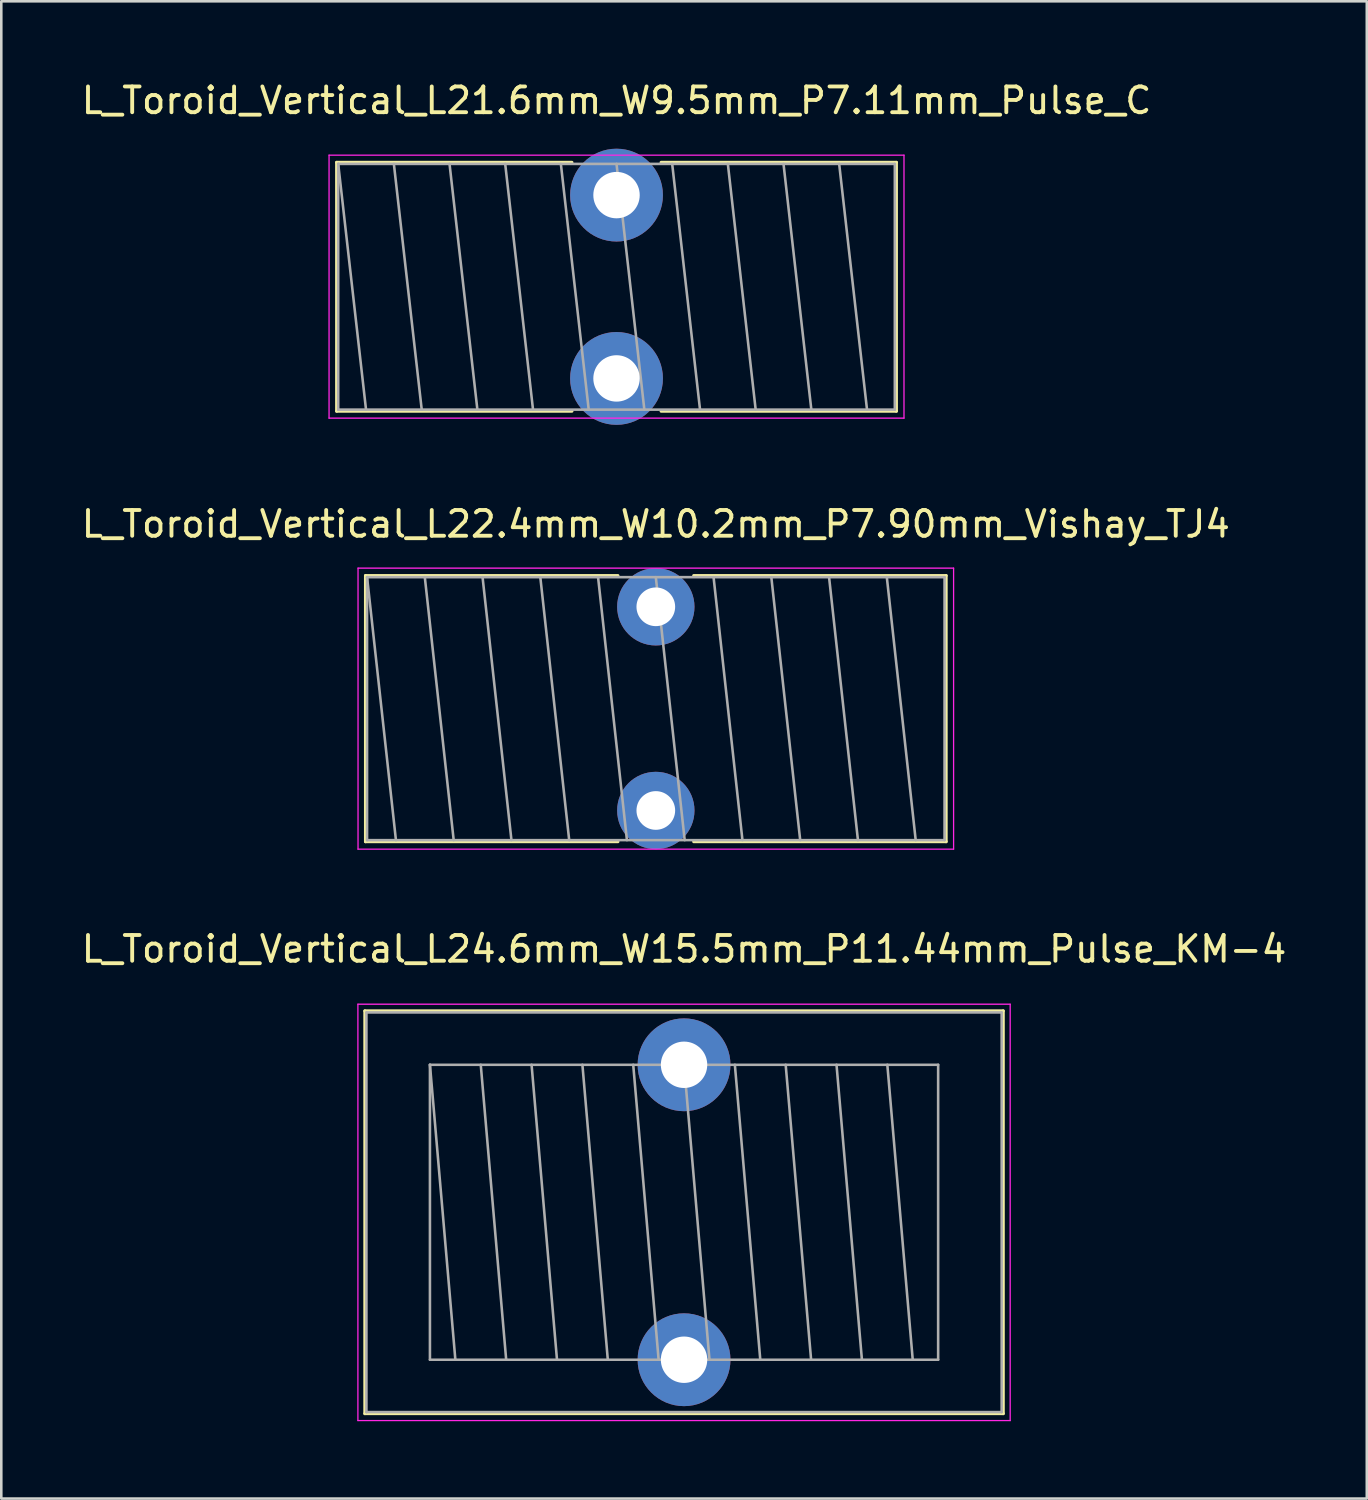
<source format=kicad_pcb>
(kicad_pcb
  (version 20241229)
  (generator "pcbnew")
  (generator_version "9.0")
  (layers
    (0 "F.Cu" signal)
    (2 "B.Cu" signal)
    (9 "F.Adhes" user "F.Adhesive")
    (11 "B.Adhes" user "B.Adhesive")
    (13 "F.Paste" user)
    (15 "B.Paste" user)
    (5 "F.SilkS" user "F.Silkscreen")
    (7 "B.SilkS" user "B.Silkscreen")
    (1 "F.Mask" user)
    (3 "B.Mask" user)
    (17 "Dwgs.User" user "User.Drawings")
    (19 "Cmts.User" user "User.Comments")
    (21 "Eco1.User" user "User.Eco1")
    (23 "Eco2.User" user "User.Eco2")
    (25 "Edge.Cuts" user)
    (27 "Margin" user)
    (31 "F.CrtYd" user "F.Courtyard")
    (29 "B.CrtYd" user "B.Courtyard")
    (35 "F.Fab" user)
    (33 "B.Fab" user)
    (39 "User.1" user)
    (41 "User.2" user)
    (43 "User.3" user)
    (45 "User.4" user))
  (footprint "L_Toroid_Vertical_L21.6mm_W9.5mm_P7.11mm_Pulse_C"
    (layer "F.Cu")
    (at 20.863 4.518)
    (property "Reference" "L_Toroid_Vertical_L21.6mm_W9.5mm_P7.11mm_Pulse_C" (at 0 -3.67 0) (layer "F.SilkS") (effects (font (size 1 1) (thickness 0.15))))
    (attr through_hole)
    (fp_line (start -10.855 -1.27) (end -10.855 8.38) (stroke (width 0.12) (type solid)) (layer "F.SilkS"))
    (fp_line (start -10.855 -1.27) (end -1.73 -1.27) (stroke (width 0.12) (type solid)) (layer "F.SilkS"))
    (fp_line (start -10.855 8.38) (end -1.73 8.38) (stroke (width 0.12) (type solid)) (layer "F.SilkS"))
    (fp_line (start 1.73 -1.27) (end 10.855 -1.27) (stroke (width 0.12) (type solid)) (layer "F.SilkS"))
    (fp_line (start 1.73 8.38) (end 10.855 8.38) (stroke (width 0.12) (type solid)) (layer "F.SilkS"))
    (fp_line (start 10.855 -1.27) (end 10.855 8.38) (stroke (width 0.12) (type solid)) (layer "F.SilkS"))
    (fp_line (start -11.15 -1.55) (end -11.15 8.65) (stroke (width 0.05) (type solid)) (layer "F.CrtYd"))
    (fp_line (start -11.15 8.65) (end 11.15 8.65) (stroke (width 0.05) (type solid)) (layer "F.CrtYd"))
    (fp_line (start 11.15 -1.55) (end -11.15 -1.55) (stroke (width 0.05) (type solid)) (layer "F.CrtYd"))
    (fp_line (start 11.15 8.65) (end 11.15 -1.55) (stroke (width 0.05) (type solid)) (layer "F.CrtYd"))
    (fp_line (start -10.795 -1.21) (end -10.795 8.32) (stroke (width 0.1) (type solid)) (layer "F.Fab"))
    (fp_line (start -10.795 -1.21) (end -9.716 8.32) (stroke (width 0.1) (type solid)) (layer "F.Fab"))
    (fp_line (start -10.795 8.32) (end 10.795 8.32) (stroke (width 0.1) (type solid)) (layer "F.Fab"))
    (fp_line (start -8.636 -1.21) (end -7.556 8.32) (stroke (width 0.1) (type solid)) (layer "F.Fab"))
    (fp_line (start -6.477 -1.21) (end -5.397 8.32) (stroke (width 0.1) (type solid)) (layer "F.Fab"))
    (fp_line (start -4.318 -1.21) (end -3.239 8.32) (stroke (width 0.1) (type solid)) (layer "F.Fab"))
    (fp_line (start -2.159 -1.21) (end -1.079 8.32) (stroke (width 0.1) (type solid)) (layer "F.Fab"))
    (fp_line (start 0 -1.21) (end 1.079 8.32) (stroke (width 0.1) (type solid)) (layer "F.Fab"))
    (fp_line (start 2.159 -1.21) (end 3.239 8.32) (stroke (width 0.1) (type solid)) (layer "F.Fab"))
    (fp_line (start 4.318 -1.21) (end 5.397 8.32) (stroke (width 0.1) (type solid)) (layer "F.Fab"))
    (fp_line (start 6.477 -1.21) (end 7.556 8.32) (stroke (width 0.1) (type solid)) (layer "F.Fab"))
    (fp_line (start 8.636 -1.21) (end 9.716 8.32) (stroke (width 0.1) (type solid)) (layer "F.Fab"))
    (fp_line (start 10.795 -1.21) (end -10.795 -1.21) (stroke (width 0.1) (type solid)) (layer "F.Fab"))
    (fp_line (start 10.795 8.32) (end 10.795 -1.21) (stroke (width 0.1) (type solid)) (layer "F.Fab"))
    (pad "1" thru_hole circle (at 0 0) (size 3.6 3.6) (drill 1.8) (layers "*.Cu" "*.Mask"))
    (pad "2" thru_hole circle (at 0 7.11) (size 3.6 3.6) (drill 1.8) (layers "*.Cu" "*.Mask")))
  (footprint "L_Toroid_Vertical_L22.4mm_W10.2mm_P7.90mm_Vishay_TJ4"
    (layer "F.Cu")
    (at 22.387 20.486)
    (property "Reference" "L_Toroid_Vertical_L22.4mm_W10.2mm_P7.90mm_Vishay_TJ4" (at 0 -3.21 0) (layer "F.SilkS") (effects (font (size 1 1) (thickness 0.15))))
    (attr through_hole)
    (fp_line (start -11.26 -1.21) (end -11.26 9.11) (stroke (width 0.12) (type solid)) (layer "F.SilkS"))
    (fp_line (start -11.26 -1.21) (end -1.47 -1.21) (stroke (width 0.12) (type solid)) (layer "F.SilkS"))
    (fp_line (start -11.26 9.11) (end -1.47 9.11) (stroke (width 0.12) (type solid)) (layer "F.SilkS"))
    (fp_line (start 1.47 -1.21) (end 11.26 -1.21) (stroke (width 0.12) (type solid)) (layer "F.SilkS"))
    (fp_line (start 1.47 9.11) (end 11.26 9.11) (stroke (width 0.12) (type solid)) (layer "F.SilkS"))
    (fp_line (start 11.26 -1.21) (end 11.26 9.11) (stroke (width 0.12) (type solid)) (layer "F.SilkS"))
    (fp_line (start -11.55 -1.5) (end -11.55 9.4) (stroke (width 0.05) (type solid)) (layer "F.CrtYd"))
    (fp_line (start -11.55 9.4) (end 11.55 9.4) (stroke (width 0.05) (type solid)) (layer "F.CrtYd"))
    (fp_line (start 11.55 -1.5) (end -11.55 -1.5) (stroke (width 0.05) (type solid)) (layer "F.CrtYd"))
    (fp_line (start 11.55 9.4) (end 11.55 -1.5) (stroke (width 0.05) (type solid)) (layer "F.CrtYd"))
    (fp_line (start -11.2 -1.15) (end -11.2 9.05) (stroke (width 0.1) (type solid)) (layer "F.Fab"))
    (fp_line (start -11.2 -1.15) (end -10.08 9.05) (stroke (width 0.1) (type solid)) (layer "F.Fab"))
    (fp_line (start -11.2 9.05) (end 11.2 9.05) (stroke (width 0.1) (type solid)) (layer "F.Fab"))
    (fp_line (start -8.96 -1.15) (end -7.84 9.05) (stroke (width 0.1) (type solid)) (layer "F.Fab"))
    (fp_line (start -6.72 -1.15) (end -5.6 9.05) (stroke (width 0.1) (type solid)) (layer "F.Fab"))
    (fp_line (start -4.48 -1.15) (end -3.36 9.05) (stroke (width 0.1) (type solid)) (layer "F.Fab"))
    (fp_line (start -2.24 -1.15) (end -1.12 9.05) (stroke (width 0.1) (type solid)) (layer "F.Fab"))
    (fp_line (start 0 -1.15) (end 1.12 9.05) (stroke (width 0.1) (type solid)) (layer "F.Fab"))
    (fp_line (start 2.24 -1.15) (end 3.36 9.05) (stroke (width 0.1) (type solid)) (layer "F.Fab"))
    (fp_line (start 4.48 -1.15) (end 5.6 9.05) (stroke (width 0.1) (type solid)) (layer "F.Fab"))
    (fp_line (start 6.72 -1.15) (end 7.84 9.05) (stroke (width 0.1) (type solid)) (layer "F.Fab"))
    (fp_line (start 8.96 -1.15) (end 10.08 9.05) (stroke (width 0.1) (type solid)) (layer "F.Fab"))
    (fp_line (start 11.2 -1.15) (end -11.2 -1.15) (stroke (width 0.1) (type solid)) (layer "F.Fab"))
    (fp_line (start 11.2 9.05) (end 11.2 -1.15) (stroke (width 0.1) (type solid)) (layer "F.Fab"))
    (pad "1" thru_hole circle (at 0 0) (size 3 3) (drill 1.5) (layers "*.Cu" "*.Mask"))
    (pad "2" thru_hole circle (at 0 7.9) (size 3 3) (drill 1.5) (layers "*.Cu" "*.Mask")))
  (footprint "L_Toroid_Vertical_L24.6mm_W15.5mm_P11.44mm_Pulse_KM-4"
    (layer "F.Cu")
    (at 23.482 38.25)
    (property "Reference" "L_Toroid_Vertical_L24.6mm_W15.5mm_P11.44mm_Pulse_KM-4" (at 0 -4.49 0) (layer "F.SilkS") (effects (font (size 1 1) (thickness 0.15))))
    (attr through_hole)
    (fp_line (start -12.38 -2.09) (end -12.38 13.53) (stroke (width 0.12) (type solid)) (layer "F.SilkS"))
    (fp_line (start -12.38 -2.09) (end 12.38 -2.09) (stroke (width 0.12) (type solid)) (layer "F.SilkS"))
    (fp_line (start -12.38 13.53) (end 12.38 13.53) (stroke (width 0.12) (type solid)) (layer "F.SilkS"))
    (fp_line (start 12.38 -2.09) (end 12.38 13.53) (stroke (width 0.12) (type solid)) (layer "F.SilkS"))
    (fp_line (start -12.65 -2.35) (end -12.65 13.8) (stroke (width 0.05) (type solid)) (layer "F.CrtYd"))
    (fp_line (start -12.65 13.8) (end 12.65 13.8) (stroke (width 0.05) (type solid)) (layer "F.CrtYd"))
    (fp_line (start 12.65 -2.35) (end -12.65 -2.35) (stroke (width 0.05) (type solid)) (layer "F.CrtYd"))
    (fp_line (start 12.65 13.8) (end 12.65 -2.35) (stroke (width 0.05) (type solid)) (layer "F.CrtYd"))
    (fp_line (start -12.32 -2.03) (end -12.32 13.47) (stroke (width 0.1) (type solid)) (layer "F.Fab"))
    (fp_line (start -12.32 13.47) (end 12.32 13.47) (stroke (width 0.1) (type solid)) (layer "F.Fab"))
    (fp_line (start -9.856 0) (end -9.856 11.44) (stroke (width 0.1) (type solid)) (layer "F.Fab"))
    (fp_line (start -9.856 0) (end -8.87 11.44) (stroke (width 0.1) (type solid)) (layer "F.Fab"))
    (fp_line (start -9.856 11.44) (end 9.856 11.44) (stroke (width 0.1) (type solid)) (layer "F.Fab"))
    (fp_line (start -7.885 0) (end -6.899 11.44) (stroke (width 0.1) (type solid)) (layer "F.Fab"))
    (fp_line (start -5.914 0) (end -4.928 11.44) (stroke (width 0.1) (type solid)) (layer "F.Fab"))
    (fp_line (start -3.942 0) (end -2.957 11.44) (stroke (width 0.1) (type solid)) (layer "F.Fab"))
    (fp_line (start -1.971 0) (end -0.986 11.44) (stroke (width 0.1) (type solid)) (layer "F.Fab"))
    (fp_line (start 0 0) (end 0.986 11.44) (stroke (width 0.1) (type solid)) (layer "F.Fab"))
    (fp_line (start 1.971 0) (end 2.957 11.44) (stroke (width 0.1) (type solid)) (layer "F.Fab"))
    (fp_line (start 3.942 0) (end 4.928 11.44) (stroke (width 0.1) (type solid)) (layer "F.Fab"))
    (fp_line (start 5.914 0) (end 6.899 11.44) (stroke (width 0.1) (type solid)) (layer "F.Fab"))
    (fp_line (start 7.885 0) (end 8.87 11.44) (stroke (width 0.1) (type solid)) (layer "F.Fab"))
    (fp_line (start 9.856 0) (end -9.856 0) (stroke (width 0.1) (type solid)) (layer "F.Fab"))
    (fp_line (start 9.856 11.44) (end 9.856 0) (stroke (width 0.1) (type solid)) (layer "F.Fab"))
    (fp_line (start 12.32 -2.03) (end -12.32 -2.03) (stroke (width 0.1) (type solid)) (layer "F.Fab"))
    (fp_line (start 12.32 13.47) (end 12.32 -2.03) (stroke (width 0.1) (type solid)) (layer "F.Fab"))
    (pad "1" thru_hole circle (at 0 0) (size 3.6 3.6) (drill 1.8) (layers "*.Cu" "*.Mask"))
    (pad "2" thru_hole circle (at 0 11.44) (size 3.6 3.6) (drill 1.8) (layers "*.Cu" "*.Mask")))
  (gr_rect
    (start -3 -3)
    (end 49.964 55.075)
    (stroke (width 0.1) (type default))
    (fill no)
    (layer "Edge.Cuts")))
</source>
